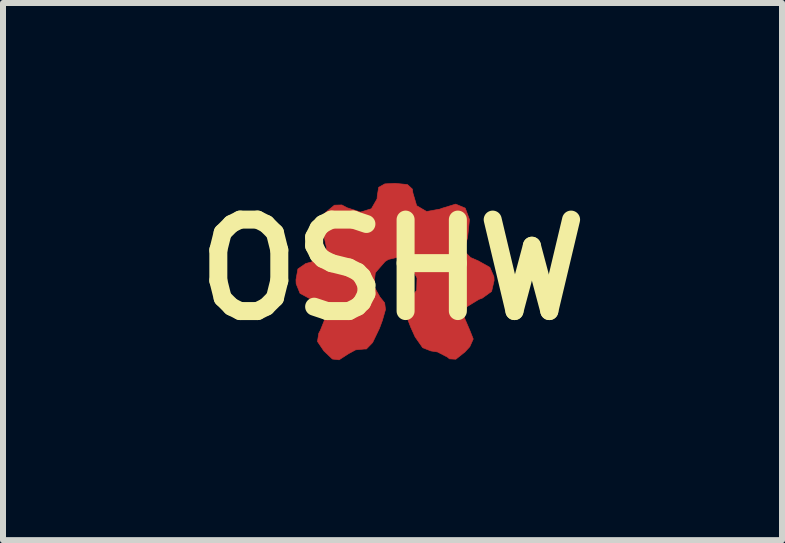
<source format=kicad_pcb>
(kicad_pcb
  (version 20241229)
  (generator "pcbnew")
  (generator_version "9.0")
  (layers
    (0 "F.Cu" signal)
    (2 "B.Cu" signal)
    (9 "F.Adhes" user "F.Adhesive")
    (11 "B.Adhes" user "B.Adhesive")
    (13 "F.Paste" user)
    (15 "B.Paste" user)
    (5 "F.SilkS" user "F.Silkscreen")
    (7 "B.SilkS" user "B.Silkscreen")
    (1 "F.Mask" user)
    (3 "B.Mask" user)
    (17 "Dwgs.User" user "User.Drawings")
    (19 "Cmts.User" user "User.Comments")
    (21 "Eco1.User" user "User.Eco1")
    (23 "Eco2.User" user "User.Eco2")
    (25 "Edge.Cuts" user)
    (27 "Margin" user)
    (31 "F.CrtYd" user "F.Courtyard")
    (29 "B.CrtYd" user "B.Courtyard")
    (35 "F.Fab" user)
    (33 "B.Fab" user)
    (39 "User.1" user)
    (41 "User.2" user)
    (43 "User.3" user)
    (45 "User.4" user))
  (footprint "OSHW"
    (layer "F.Cu")
    (at 3.491 1.444)
    (property "Reference" "OSHW" (at 0 0 0) (layer "F.SilkS") (effects (font (size 1.524 1.524) (thickness 0.3))))
    (attr through_hole)
    (fp_poly (pts (xy 0.248 -1.419) (xy 0.331 -1.343) (xy 0.339 -1.28) (xy 0.402 -1.067) (xy 0.567 -0.97) (xy 0.792 -1.01) (xy 0.813 -1.02) (xy 1.052 -1.093) (xy 1.212 -1.026) (xy 1.282 -0.835) (xy 1.251 -0.536) (xy 1.224 -0.441) (xy 1.208 -0.297) (xy 1.3 -0.203) (xy 1.429 -0.147) (xy 1.622 -0.039) (xy 1.69 0.118) (xy 1.693 0.18) (xy 1.651 0.362) (xy 1.496 0.474) (xy 1.439 0.495) (xy 1.239 0.617) (xy 1.195 0.795) (xy 1.29 1.016) (xy 1.345 1.155) (xy 1.288 1.283) (xy 1.206 1.372) (xy 1.055 1.492) (xy 0.949 1.486) (xy 0.915 1.457) (xy 0.749 1.371) (xy 0.639 1.354) (xy 0.502 1.3) (xy 0.376 1.12) (xy 0.305 0.963) (xy 0.214 0.727) (xy 0.191 0.597) (xy 0.233 0.525) (xy 0.284 0.493) (xy 0.402 0.344) (xy 0.408 0.139) (xy 0.307 -0.058) (xy 0.237 -0.121) (xy 0.074 -0.205) (xy -0.068 -0.171) (xy -0.123 -0.137) (xy -0.287 0.051) (xy -0.312 0.274) (xy -0.209 0.456) (xy -0.131 0.553) (xy -0.117 0.664) (xy -0.169 0.846) (xy -0.218 0.978) (xy -0.332 1.215) (xy -0.436 1.322) (xy -0.47 1.322) (xy -0.615 1.336) (xy -0.733 1.4) (xy -0.89 1.502) (xy -1.002 1.489) (xy -1.144 1.354) (xy -1.147 1.35) (xy -1.251 1.196) (xy -1.229 1.059) (xy -1.203 1.012) (xy -1.108 0.775) (xy -1.167 0.603) (xy -1.355 0.495) (xy -1.541 0.395) (xy -1.606 0.235) (xy -1.609 0.168) (xy -1.577 -0.012) (xy -1.448 -0.102) (xy -1.355 -0.127) (xy -1.163 -0.206) (xy -1.101 -0.349) (xy -1.101 -0.371) (xy -1.144 -0.568) (xy -1.203 -0.661) (xy -1.25 -0.763) (xy -1.173 -0.894) (xy -1.118 -0.952) (xy -0.968 -1.075) (xy -0.845 -1.079) (xy -0.756 -1.032) (xy -0.533 -0.96) (xy -0.352 -1.016) (xy -0.258 -1.18) (xy -0.254 -1.233) (xy -0.231 -1.373) (xy -0.128 -1.43) (xy 0.042 -1.439) (xy 0.248 -1.419)) (stroke (width 0.01) (type solid)) (fill yes) (layer "F.Cu")))
  (gr_rect
    (start -3 -3)
    (end 9.981 5.951)
    (stroke (width 0.1) (type default))
    (fill no)
    (layer "Edge.Cuts")))
</source>
